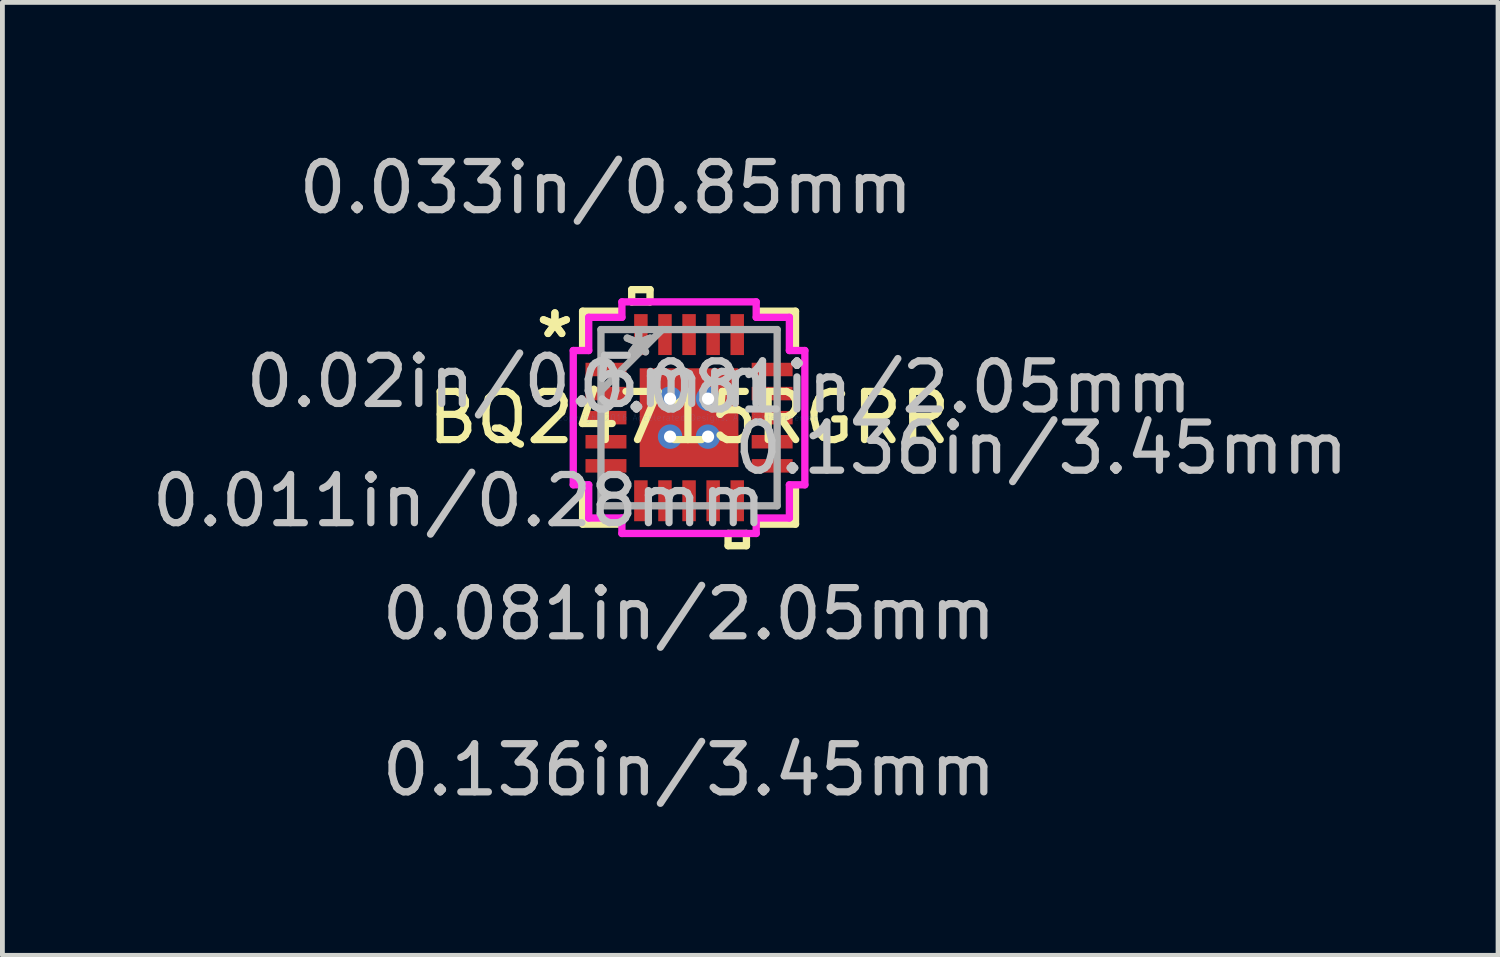
<source format=kicad_pcb>
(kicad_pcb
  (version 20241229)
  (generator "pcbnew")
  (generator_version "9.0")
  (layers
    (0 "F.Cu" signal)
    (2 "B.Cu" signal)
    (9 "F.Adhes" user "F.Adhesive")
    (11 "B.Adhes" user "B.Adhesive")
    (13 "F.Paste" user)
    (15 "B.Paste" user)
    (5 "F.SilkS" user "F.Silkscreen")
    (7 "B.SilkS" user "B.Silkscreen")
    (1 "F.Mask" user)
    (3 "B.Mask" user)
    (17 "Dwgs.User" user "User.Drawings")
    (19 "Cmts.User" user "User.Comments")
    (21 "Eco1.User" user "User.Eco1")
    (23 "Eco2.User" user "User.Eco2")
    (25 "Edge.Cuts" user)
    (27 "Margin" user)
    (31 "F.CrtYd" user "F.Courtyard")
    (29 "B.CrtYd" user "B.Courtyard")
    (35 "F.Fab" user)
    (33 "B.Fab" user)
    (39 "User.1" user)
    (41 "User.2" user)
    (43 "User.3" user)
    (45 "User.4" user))
  (footprint "BQ24715RGRR"
    (layer "F.Cu")
    (at 11.255 5.621)
    (property "Reference" "BQ24715RGRR" (at 0 0 0) (layer "F.SilkS") (effects (font (size 1 1) (thickness 0.15))))
    (attr through_hole)
    (fp_line (start -1.089 -1.089) (end -0.594 -1.089) (stroke (width 0.152) (type solid)) (layer "F.Mask"))
    (fp_line (start -1.089 -1.089) (end 1.089 -1.089) (stroke (width 0.152) (type solid)) (layer "F.Mask"))
    (fp_line (start -1.089 -0.594) (end -1.089 -1.089) (stroke (width 0.152) (type solid)) (layer "F.Mask"))
    (fp_line (start -1.089 -0.194) (end 1.089 -0.194) (stroke (width 0.152) (type solid)) (layer "F.Mask"))
    (fp_line (start -1.089 0.194) (end -1.089 -0.194) (stroke (width 0.152) (type solid)) (layer "F.Mask"))
    (fp_line (start -1.089 0.594) (end 1.089 0.594) (stroke (width 0.152) (type solid)) (layer "F.Mask"))
    (fp_line (start -1.089 1.089) (end -1.089 -1.089) (stroke (width 0.152) (type solid)) (layer "F.Mask"))
    (fp_line (start -1.089 1.089) (end -1.089 0.594) (stroke (width 0.152) (type solid)) (layer "F.Mask"))
    (fp_line (start -0.594 -1.089) (end -0.594 1.089) (stroke (width 0.152) (type solid)) (layer "F.Mask"))
    (fp_line (start -0.594 1.089) (end -1.089 1.089) (stroke (width 0.152) (type solid)) (layer "F.Mask"))
    (fp_line (start -0.194 -1.089) (end -0.194 1.089) (stroke (width 0.152) (type solid)) (layer "F.Mask"))
    (fp_line (start -0.194 1.089) (end 0.194 1.089) (stroke (width 0.152) (type solid)) (layer "F.Mask"))
    (fp_line (start 0.194 -1.089) (end -0.194 -1.089) (stroke (width 0.152) (type solid)) (layer "F.Mask"))
    (fp_line (start 0.194 1.089) (end 0.194 -1.089) (stroke (width 0.152) (type solid)) (layer "F.Mask"))
    (fp_line (start 0.594 -1.089) (end 1.089 -1.089) (stroke (width 0.152) (type solid)) (layer "F.Mask"))
    (fp_line (start 0.594 1.089) (end 0.594 -1.089) (stroke (width 0.152) (type solid)) (layer "F.Mask"))
    (fp_line (start 1.089 -1.089) (end 1.089 -0.594) (stroke (width 0.152) (type solid)) (layer "F.Mask"))
    (fp_line (start 1.089 -1.089) (end 1.089 1.089) (stroke (width 0.152) (type solid)) (layer "F.Mask"))
    (fp_line (start 1.089 -0.594) (end -1.089 -0.594) (stroke (width 0.152) (type solid)) (layer "F.Mask"))
    (fp_line (start 1.089 -0.194) (end 1.089 0.194) (stroke (width 0.152) (type solid)) (layer "F.Mask"))
    (fp_line (start 1.089 0.194) (end -1.089 0.194) (stroke (width 0.152) (type solid)) (layer "F.Mask"))
    (fp_line (start 1.089 0.594) (end 1.089 1.089) (stroke (width 0.152) (type solid)) (layer "F.Mask"))
    (fp_line (start 1.089 1.089) (end -1.089 1.089) (stroke (width 0.152) (type solid)) (layer "F.Mask"))
    (fp_line (start 1.089 1.089) (end 0.594 1.089) (stroke (width 0.152) (type solid)) (layer "F.Mask"))
    (fp_line (start -2.21 -2.21) (end -2.21 -1.467) (stroke (width 0.152) (type solid)) (layer "F.SilkS"))
    (fp_line (start -2.21 1.467) (end -2.21 2.21) (stroke (width 0.152) (type solid)) (layer "F.SilkS"))
    (fp_line (start -2.21 2.21) (end -1.468 2.21) (stroke (width 0.152) (type solid)) (layer "F.SilkS"))
    (fp_line (start -1.468 -2.21) (end -2.21 -2.21) (stroke (width 0.152) (type solid)) (layer "F.SilkS"))
    (fp_line (start -1.191 -2.658) (end -0.81 -2.658) (stroke (width 0.152) (type solid)) (layer "F.SilkS"))
    (fp_line (start -1.191 -2.404) (end -1.191 -2.658) (stroke (width 0.152) (type solid)) (layer "F.SilkS"))
    (fp_line (start -0.81 -2.658) (end -0.81 -2.404) (stroke (width 0.152) (type solid)) (layer "F.SilkS"))
    (fp_line (start -0.81 -2.404) (end -1.191 -2.404) (stroke (width 0.152) (type solid)) (layer "F.SilkS"))
    (fp_line (start 0.81 2.404) (end 0.81 2.658) (stroke (width 0.152) (type solid)) (layer "F.SilkS"))
    (fp_line (start 0.81 2.658) (end 1.191 2.658) (stroke (width 0.152) (type solid)) (layer "F.SilkS"))
    (fp_line (start 1.191 2.404) (end 0.81 2.404) (stroke (width 0.152) (type solid)) (layer "F.SilkS"))
    (fp_line (start 1.191 2.658) (end 1.191 2.404) (stroke (width 0.152) (type solid)) (layer "F.SilkS"))
    (fp_line (start 1.468 2.21) (end 2.21 2.21) (stroke (width 0.152) (type solid)) (layer "F.SilkS"))
    (fp_line (start 2.21 -2.21) (end 1.468 -2.21) (stroke (width 0.152) (type solid)) (layer "F.SilkS"))
    (fp_line (start 2.21 -1.467) (end 2.21 -2.21) (stroke (width 0.152) (type solid)) (layer "F.SilkS"))
    (fp_line (start 2.21 2.21) (end 2.21 1.467) (stroke (width 0.152) (type solid)) (layer "F.SilkS"))
    (fp_line (start -0.95 -0.95) (end -0.95 -0.494) (stroke (width 0.152) (type solid)) (layer "F.Paste"))
    (fp_line (start -0.95 -0.494) (end -0.635 -0.494) (stroke (width 0.152) (type solid)) (layer "F.Paste"))
    (fp_line (start -0.95 -0.294) (end -0.95 0.294) (stroke (width 0.152) (type solid)) (layer "F.Paste"))
    (fp_line (start -0.95 0.294) (end -0.635 0.294) (stroke (width 0.152) (type solid)) (layer "F.Paste"))
    (fp_line (start -0.95 0.494) (end -0.95 0.95) (stroke (width 0.152) (type solid)) (layer "F.Paste"))
    (fp_line (start -0.95 0.95) (end -0.494 0.95) (stroke (width 0.152) (type solid)) (layer "F.Paste"))
    (fp_line (start -0.635 -0.494) (end -0.635 -0.494) (stroke (width 0.152) (type solid)) (layer "F.Paste"))
    (fp_line (start -0.635 -0.494) (end -0.494 -0.635) (stroke (width 0.152) (type solid)) (layer "F.Paste"))
    (fp_line (start -0.635 -0.294) (end -0.95 -0.294) (stroke (width 0.152) (type solid)) (layer "F.Paste"))
    (fp_line (start -0.635 -0.294) (end -0.635 -0.294) (stroke (width 0.152) (type solid)) (layer "F.Paste"))
    (fp_line (start -0.635 0.294) (end -0.635 0.294) (stroke (width 0.152) (type solid)) (layer "F.Paste"))
    (fp_line (start -0.635 0.294) (end -0.494 0.152) (stroke (width 0.152) (type solid)) (layer "F.Paste"))
    (fp_line (start -0.635 0.494) (end -0.95 0.494) (stroke (width 0.152) (type solid)) (layer "F.Paste"))
    (fp_line (start -0.635 0.494) (end -0.635 0.494) (stroke (width 0.152) (type solid)) (layer "F.Paste"))
    (fp_line (start -0.494 -0.95) (end -0.95 -0.95) (stroke (width 0.152) (type solid)) (layer "F.Paste"))
    (fp_line (start -0.494 -0.635) (end -0.494 -0.95) (stroke (width 0.152) (type solid)) (layer "F.Paste"))
    (fp_line (start -0.494 -0.635) (end -0.494 -0.635) (stroke (width 0.152) (type solid)) (layer "F.Paste"))
    (fp_line (start -0.494 -0.152) (end -0.635 -0.294) (stroke (width 0.152) (type solid)) (layer "F.Paste"))
    (fp_line (start -0.494 -0.152) (end -0.494 -0.152) (stroke (width 0.152) (type solid)) (layer "F.Paste"))
    (fp_line (start -0.494 0.152) (end -0.494 -0.152) (stroke (width 0.152) (type solid)) (layer "F.Paste"))
    (fp_line (start -0.494 0.152) (end -0.494 0.152) (stroke (width 0.152) (type solid)) (layer "F.Paste"))
    (fp_line (start -0.494 0.635) (end -0.635 0.494) (stroke (width 0.152) (type solid)) (layer "F.Paste"))
    (fp_line (start -0.494 0.635) (end -0.494 0.635) (stroke (width 0.152) (type solid)) (layer "F.Paste"))
    (fp_line (start -0.494 0.95) (end -0.494 0.635) (stroke (width 0.152) (type solid)) (layer "F.Paste"))
    (fp_line (start -0.294 -0.95) (end -0.294 -0.635) (stroke (width 0.152) (type solid)) (layer "F.Paste"))
    (fp_line (start -0.294 -0.635) (end -0.294 -0.635) (stroke (width 0.152) (type solid)) (layer "F.Paste"))
    (fp_line (start -0.294 -0.635) (end -0.152 -0.494) (stroke (width 0.152) (type solid)) (layer "F.Paste"))
    (fp_line (start -0.294 -0.152) (end -0.294 -0.152) (stroke (width 0.152) (type solid)) (layer "F.Paste"))
    (fp_line (start -0.294 -0.152) (end -0.294 0.152) (stroke (width 0.152) (type solid)) (layer "F.Paste"))
    (fp_line (start -0.294 0.152) (end -0.294 0.152) (stroke (width 0.152) (type solid)) (layer "F.Paste"))
    (fp_line (start -0.294 0.152) (end -0.152 0.294) (stroke (width 0.152) (type solid)) (layer "F.Paste"))
    (fp_line (start -0.294 0.635) (end -0.294 0.635) (stroke (width 0.152) (type solid)) (layer "F.Paste"))
    (fp_line (start -0.294 0.635) (end -0.294 0.95) (stroke (width 0.152) (type solid)) (layer "F.Paste"))
    (fp_line (start -0.294 0.95) (end 0.294 0.95) (stroke (width 0.152) (type solid)) (layer "F.Paste"))
    (fp_line (start -0.152 -0.494) (end -0.152 -0.494) (stroke (width 0.152) (type solid)) (layer "F.Paste"))
    (fp_line (start -0.152 -0.494) (end 0.152 -0.494) (stroke (width 0.152) (type solid)) (layer "F.Paste"))
    (fp_line (start -0.152 -0.294) (end -0.294 -0.152) (stroke (width 0.152) (type solid)) (layer "F.Paste"))
    (fp_line (start -0.152 -0.294) (end -0.152 -0.294) (stroke (width 0.152) (type solid)) (layer "F.Paste"))
    (fp_line (start -0.152 0.294) (end -0.152 0.294) (stroke (width 0.152) (type solid)) (layer "F.Paste"))
    (fp_line (start -0.152 0.294) (end 0.152 0.294) (stroke (width 0.152) (type solid)) (layer "F.Paste"))
    (fp_line (start -0.152 0.494) (end -0.294 0.635) (stroke (width 0.152) (type solid)) (layer "F.Paste"))
    (fp_line (start -0.152 0.494) (end -0.152 0.494) (stroke (width 0.152) (type solid)) (layer "F.Paste"))
    (fp_line (start 0.152 -0.494) (end 0.152 -0.494) (stroke (width 0.152) (type solid)) (layer "F.Paste"))
    (fp_line (start 0.152 -0.494) (end 0.294 -0.635) (stroke (width 0.152) (type solid)) (layer "F.Paste"))
    (fp_line (start 0.152 -0.294) (end -0.152 -0.294) (stroke (width 0.152) (type solid)) (layer "F.Paste"))
    (fp_line (start 0.152 -0.294) (end 0.152 -0.294) (stroke (width 0.152) (type solid)) (layer "F.Paste"))
    (fp_line (start 0.152 0.294) (end 0.152 0.294) (stroke (width 0.152) (type solid)) (layer "F.Paste"))
    (fp_line (start 0.152 0.294) (end 0.294 0.152) (stroke (width 0.152) (type solid)) (layer "F.Paste"))
    (fp_line (start 0.152 0.494) (end -0.152 0.494) (stroke (width 0.152) (type solid)) (layer "F.Paste"))
    (fp_line (start 0.152 0.494) (end 0.152 0.494) (stroke (width 0.152) (type solid)) (layer "F.Paste"))
    (fp_line (start 0.294 -0.95) (end -0.294 -0.95) (stroke (width 0.152) (type solid)) (layer "F.Paste"))
    (fp_line (start 0.294 -0.635) (end 0.294 -0.95) (stroke (width 0.152) (type solid)) (layer "F.Paste"))
    (fp_line (start 0.294 -0.635) (end 0.294 -0.635) (stroke (width 0.152) (type solid)) (layer "F.Paste"))
    (fp_line (start 0.294 -0.152) (end 0.152 -0.294) (stroke (width 0.152) (type solid)) (layer "F.Paste"))
    (fp_line (start 0.294 -0.152) (end 0.294 -0.152) (stroke (width 0.152) (type solid)) (layer "F.Paste"))
    (fp_line (start 0.294 0.152) (end 0.294 -0.152) (stroke (width 0.152) (type solid)) (layer "F.Paste"))
    (fp_line (start 0.294 0.152) (end 0.294 0.152) (stroke (width 0.152) (type solid)) (layer "F.Paste"))
    (fp_line (start 0.294 0.635) (end 0.152 0.494) (stroke (width 0.152) (type solid)) (layer "F.Paste"))
    (fp_line (start 0.294 0.635) (end 0.294 0.635) (stroke (width 0.152) (type solid)) (layer "F.Paste"))
    (fp_line (start 0.294 0.95) (end 0.294 0.635) (stroke (width 0.152) (type solid)) (layer "F.Paste"))
    (fp_line (start 0.494 -0.95) (end 0.494 -0.635) (stroke (width 0.152) (type solid)) (layer "F.Paste"))
    (fp_line (start 0.494 -0.635) (end 0.494 -0.635) (stroke (width 0.152) (type solid)) (layer "F.Paste"))
    (fp_line (start 0.494 -0.635) (end 0.635 -0.494) (stroke (width 0.152) (type solid)) (layer "F.Paste"))
    (fp_line (start 0.494 -0.152) (end 0.494 -0.152) (stroke (width 0.152) (type solid)) (layer "F.Paste"))
    (fp_line (start 0.494 -0.152) (end 0.494 0.152) (stroke (width 0.152) (type solid)) (layer "F.Paste"))
    (fp_line (start 0.494 0.152) (end 0.494 0.152) (stroke (width 0.152) (type solid)) (layer "F.Paste"))
    (fp_line (start 0.494 0.152) (end 0.635 0.294) (stroke (width 0.152) (type solid)) (layer "F.Paste"))
    (fp_line (start 0.494 0.635) (end 0.494 0.635) (stroke (width 0.152) (type solid)) (layer "F.Paste"))
    (fp_line (start 0.494 0.635) (end 0.494 0.95) (stroke (width 0.152) (type solid)) (layer "F.Paste"))
    (fp_line (start 0.494 0.95) (end 0.95 0.95) (stroke (width 0.152) (type solid)) (layer "F.Paste"))
    (fp_line (start 0.635 -0.494) (end 0.635 -0.494) (stroke (width 0.152) (type solid)) (layer "F.Paste"))
    (fp_line (start 0.635 -0.494) (end 0.95 -0.494) (stroke (width 0.152) (type solid)) (layer "F.Paste"))
    (fp_line (start 0.635 -0.294) (end 0.494 -0.152) (stroke (width 0.152) (type solid)) (layer "F.Paste"))
    (fp_line (start 0.635 -0.294) (end 0.635 -0.294) (stroke (width 0.152) (type solid)) (layer "F.Paste"))
    (fp_line (start 0.635 0.294) (end 0.635 0.294) (stroke (width 0.152) (type solid)) (layer "F.Paste"))
    (fp_line (start 0.635 0.294) (end 0.95 0.294) (stroke (width 0.152) (type solid)) (layer "F.Paste"))
    (fp_line (start 0.635 0.494) (end 0.494 0.635) (stroke (width 0.152) (type solid)) (layer "F.Paste"))
    (fp_line (start 0.635 0.494) (end 0.635 0.494) (stroke (width 0.152) (type solid)) (layer "F.Paste"))
    (fp_line (start 0.95 -0.95) (end 0.494 -0.95) (stroke (width 0.152) (type solid)) (layer "F.Paste"))
    (fp_line (start 0.95 -0.494) (end 0.95 -0.95) (stroke (width 0.152) (type solid)) (layer "F.Paste"))
    (fp_line (start 0.95 -0.294) (end 0.635 -0.294) (stroke (width 0.152) (type solid)) (layer "F.Paste"))
    (fp_line (start 0.95 0.294) (end 0.95 -0.294) (stroke (width 0.152) (type solid)) (layer "F.Paste"))
    (fp_line (start 0.95 0.494) (end 0.635 0.494) (stroke (width 0.152) (type solid)) (layer "F.Paste"))
    (fp_line (start 0.95 0.95) (end 0.95 0.494) (stroke (width 0.152) (type solid)) (layer "F.Paste"))
    (fp_line (start -2.404 -1.394) (end -2.083 -1.394) (stroke (width 0.152) (type solid)) (layer "F.CrtYd"))
    (fp_line (start -2.404 1.394) (end -2.404 -1.394) (stroke (width 0.152) (type solid)) (layer "F.CrtYd"))
    (fp_line (start -2.083 -2.083) (end -1.394 -2.083) (stroke (width 0.152) (type solid)) (layer "F.CrtYd"))
    (fp_line (start -2.083 -1.394) (end -2.083 -2.083) (stroke (width 0.152) (type solid)) (layer "F.CrtYd"))
    (fp_line (start -2.083 1.394) (end -2.404 1.394) (stroke (width 0.152) (type solid)) (layer "F.CrtYd"))
    (fp_line (start -2.083 2.083) (end -2.083 1.394) (stroke (width 0.152) (type solid)) (layer "F.CrtYd"))
    (fp_line (start -1.394 -2.404) (end 1.394 -2.404) (stroke (width 0.152) (type solid)) (layer "F.CrtYd"))
    (fp_line (start -1.394 -2.083) (end -1.394 -2.404) (stroke (width 0.152) (type solid)) (layer "F.CrtYd"))
    (fp_line (start -1.394 2.083) (end -2.083 2.083) (stroke (width 0.152) (type solid)) (layer "F.CrtYd"))
    (fp_line (start -1.394 2.404) (end -1.394 2.083) (stroke (width 0.152) (type solid)) (layer "F.CrtYd"))
    (fp_line (start 1.394 -2.404) (end 1.394 -2.083) (stroke (width 0.152) (type solid)) (layer "F.CrtYd"))
    (fp_line (start 1.394 -2.083) (end 2.083 -2.083) (stroke (width 0.152) (type solid)) (layer "F.CrtYd"))
    (fp_line (start 1.394 2.083) (end 1.394 2.404) (stroke (width 0.152) (type solid)) (layer "F.CrtYd"))
    (fp_line (start 1.394 2.404) (end -1.394 2.404) (stroke (width 0.152) (type solid)) (layer "F.CrtYd"))
    (fp_line (start 2.083 -2.083) (end 2.083 -1.394) (stroke (width 0.152) (type solid)) (layer "F.CrtYd"))
    (fp_line (start 2.083 -1.394) (end 2.404 -1.394) (stroke (width 0.152) (type solid)) (layer "F.CrtYd"))
    (fp_line (start 2.083 1.394) (end 2.083 2.083) (stroke (width 0.152) (type solid)) (layer "F.CrtYd"))
    (fp_line (start 2.083 2.083) (end 1.394 2.083) (stroke (width 0.152) (type solid)) (layer "F.CrtYd"))
    (fp_line (start 2.404 -1.394) (end 2.404 1.394) (stroke (width 0.152) (type solid)) (layer "F.CrtYd"))
    (fp_line (start 2.404 1.394) (end 2.083 1.394) (stroke (width 0.152) (type solid)) (layer "F.CrtYd"))
    (fp_line (start -1.829 -1.829) (end -1.829 1.829) (stroke (width 0.152) (type solid)) (layer "F.Fab"))
    (fp_line (start -1.829 -0.559) (end -0.559 -1.829) (stroke (width 0.152) (type solid)) (layer "F.Fab"))
    (fp_line (start -1.829 1.829) (end 1.829 1.829) (stroke (width 0.152) (type solid)) (layer "F.Fab"))
    (fp_line (start 1.829 -1.829) (end -1.829 -1.829) (stroke (width 0.152) (type solid)) (layer "F.Fab"))
    (fp_line (start 1.829 1.829) (end 1.829 -1.829) (stroke (width 0.152) (type solid)) (layer "F.Fab"))
    (fp_text user "*" (at -2.785 -1.631 0) (layer "F.SilkS") (effects (font (size 1 1) (thickness 0.15))))
    (fp_text user "*" (at -2.785 -1.631 0) (layer "F.SilkS") (effects (font (size 1 1) (thickness 0.15))))
    (fp_text user "0.081in/2.05mm" (at 4.073 -0.635 0) (layer "Dwgs.User") (effects (font (size 1 1) (thickness 0.15))))
    (fp_text user "0.011in/0.28mm" (at -4.773 1.725 0) (layer "Dwgs.User") (effects (font (size 1 1) (thickness 0.15))))
    (fp_text user "0.081in/2.05mm" (at 0 4.073 0) (layer "Dwgs.User") (effects (font (size 1 1) (thickness 0.15))))
    (fp_text user "0.02in/0.5mm" (at -3.778 -0.75 0) (layer "Dwgs.User") (effects (font (size 1 1) (thickness 0.15))))
    (fp_text user "0.136in/3.45mm" (at 0 7.313 0) (layer "Dwgs.User") (effects (font (size 1 1) (thickness 0.15))))
    (fp_text user "0.033in/0.85mm" (at -1.725 -4.773 0) (layer "Dwgs.User") (effects (font (size 1 1) (thickness 0.15))))
    (fp_text user "0.136in/3.45mm" (at 7.313 0.635 0) (layer "Dwgs.User") (effects (font (size 1 1) (thickness 0.15))))
    (fp_text user "Copyright 2016 Accelerated Designs. All rights reserved." (at 0 0 0) (layer "Cmts.User") (effects (font (size 0.127 0.127) (thickness 0.002))))
    (fp_text user "*" (at -1.046 -1.25 0) (layer "F.Fab") (effects (font (size 1 1) (thickness 0.15))))
    (fp_text user "*" (at -1.046 -1.25 0) (layer "F.Fab") (effects (font (size 1 1) (thickness 0.15))))
    (pad "1" smd rect (at -1.725 -1 90) (size 0.28 0.85) (layers "F.Cu" "F.Mask" "F.Paste"))
    (pad "2" smd rect (at -1.725 -0.5 90) (size 0.28 0.85) (layers "F.Cu" "F.Mask" "F.Paste"))
    (pad "3" smd rect (at -1.725 0 90) (size 0.28 0.85) (layers "F.Cu" "F.Mask" "F.Paste"))
    (pad "4" smd rect (at -1.725 0.5 90) (size 0.28 0.85) (layers "F.Cu" "F.Mask" "F.Paste"))
    (pad "5" smd rect (at -1.725 1 90) (size 0.28 0.85) (layers "F.Cu" "F.Mask" "F.Paste"))
    (pad "6" smd rect (at -1 1.725) (size 0.28 0.85) (layers "F.Cu" "F.Mask" "F.Paste"))
    (pad "7" smd rect (at -0.5 1.725) (size 0.28 0.85) (layers "F.Cu" "F.Mask" "F.Paste"))
    (pad "8" smd rect (at 0 1.725) (size 0.28 0.85) (layers "F.Cu" "F.Mask" "F.Paste"))
    (pad "9" smd rect (at 0.5 1.725) (size 0.28 0.85) (layers "F.Cu" "F.Mask" "F.Paste"))
    (pad "10" smd rect (at 1 1.725) (size 0.28 0.85) (layers "F.Cu" "F.Mask" "F.Paste"))
    (pad "11" smd rect (at 1.725 1 90) (size 0.28 0.85) (layers "F.Cu" "F.Mask" "F.Paste"))
    (pad "12" smd rect (at 1.725 0.5 90) (size 0.28 0.85) (layers "F.Cu" "F.Mask" "F.Paste"))
    (pad "13" smd rect (at 1.725 0 90) (size 0.28 0.85) (layers "F.Cu" "F.Mask" "F.Paste"))
    (pad "14" smd rect (at 1.725 -0.5 90) (size 0.28 0.85) (layers "F.Cu" "F.Mask" "F.Paste"))
    (pad "15" smd rect (at 1.725 -1 90) (size 0.28 0.85) (layers "F.Cu" "F.Mask" "F.Paste"))
    (pad "16" smd rect (at 1 -1.725) (size 0.28 0.85) (layers "F.Cu" "F.Mask" "F.Paste"))
    (pad "17" smd rect (at 0.5 -1.725) (size 0.28 0.85) (layers "F.Cu" "F.Mask" "F.Paste"))
    (pad "18" smd rect (at 0 -1.725) (size 0.28 0.85) (layers "F.Cu" "F.Mask" "F.Paste"))
    (pad "19" smd rect (at -0.5 -1.725) (size 0.28 0.85) (layers "F.Cu" "F.Mask" "F.Paste"))
    (pad "20" smd rect (at -1 -1.725) (size 0.28 0.85) (layers "F.Cu" "F.Mask" "F.Paste"))
    (pad "21" smd rect (at 0 0) (size 2.05 2.05) (layers "F.Cu" "F.Mask" "F.Paste"))
    (pad "V" thru_hole circle (at -0.394 -0.394) (size 0.508 0.508) (drill 0.254) (layers "*.Cu" "*.Mask"))
    (pad "V" thru_hole circle (at -0.394 0.394) (size 0.508 0.508) (drill 0.254) (layers "*.Cu" "*.Mask"))
    (pad "V" thru_hole circle (at 0.394 -0.394) (size 0.508 0.508) (drill 0.254) (layers "*.Cu" "*.Mask"))
    (pad "V" thru_hole circle (at 0.394 0.394) (size 0.508 0.508) (drill 0.254) (layers "*.Cu" "*.Mask")))
  (gr_rect
    (start -3 -3)
    (end 28.05 16.783)
    (stroke (width 0.1) (type default))
    (fill no)
    (layer "Edge.Cuts")))
</source>
